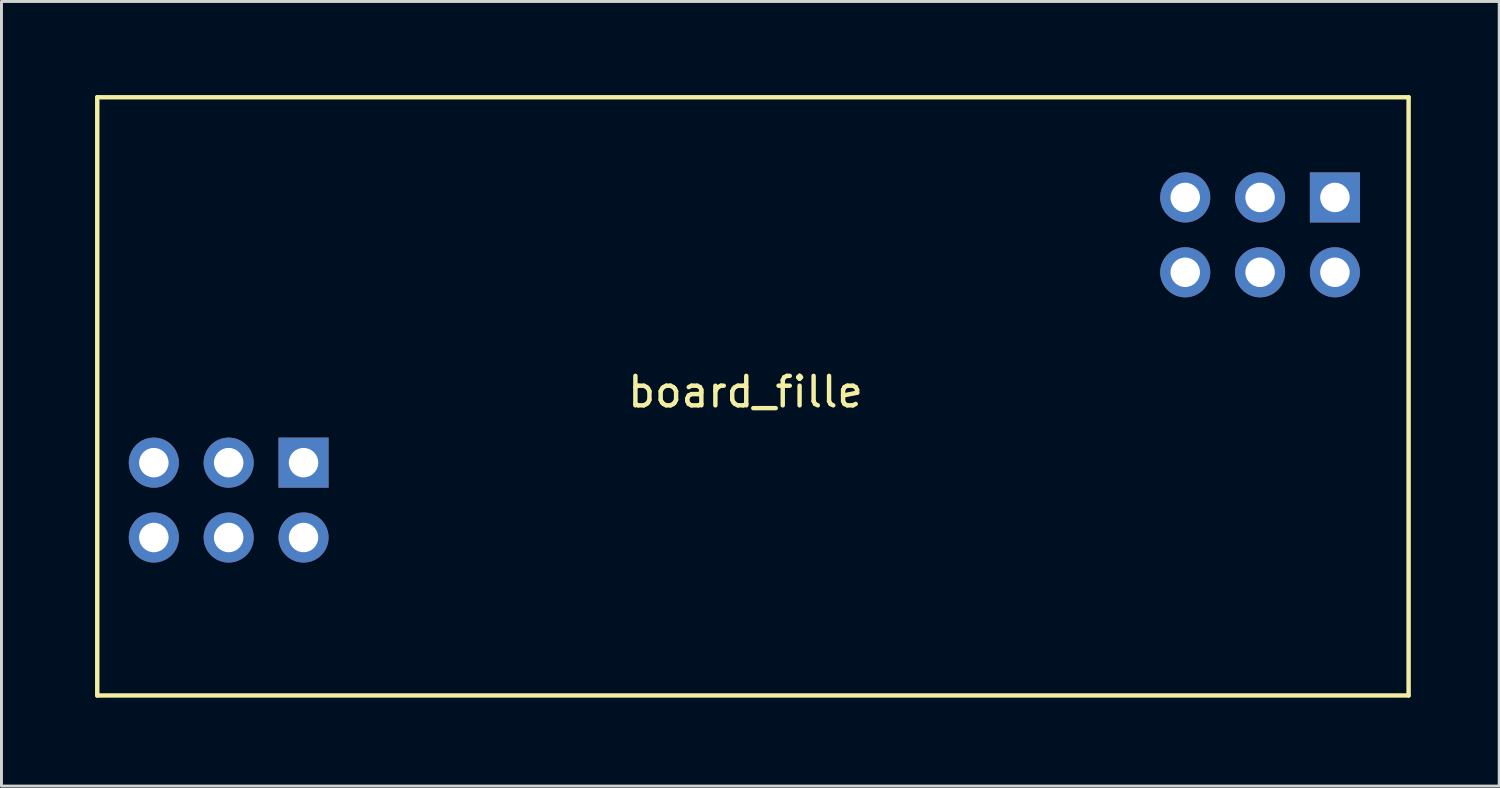
<source format=kicad_pcb>
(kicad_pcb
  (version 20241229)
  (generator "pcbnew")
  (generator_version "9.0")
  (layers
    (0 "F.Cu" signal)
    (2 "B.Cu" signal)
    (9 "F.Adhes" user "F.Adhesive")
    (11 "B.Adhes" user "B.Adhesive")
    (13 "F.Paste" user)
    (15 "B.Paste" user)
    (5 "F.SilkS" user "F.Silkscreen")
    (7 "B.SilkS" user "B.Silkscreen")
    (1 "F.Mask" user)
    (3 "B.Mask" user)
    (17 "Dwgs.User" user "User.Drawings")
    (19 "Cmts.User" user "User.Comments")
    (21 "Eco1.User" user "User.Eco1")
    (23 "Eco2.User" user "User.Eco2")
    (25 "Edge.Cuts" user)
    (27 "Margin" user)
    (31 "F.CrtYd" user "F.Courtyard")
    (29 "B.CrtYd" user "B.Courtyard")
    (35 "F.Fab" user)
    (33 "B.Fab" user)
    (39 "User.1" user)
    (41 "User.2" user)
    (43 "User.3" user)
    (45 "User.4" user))
  (footprint "board_fille"
    (layer "F.Cu")
    (at 0.25 0.25)
    (property "Reference" "board_fille" (at 22 10 0) (layer "F.SilkS") (effects (font (size 1 1) (thickness 0.15))))
    (attr through_hole)
    (fp_line (start 0 0) (end 0 20.3) (stroke (width 0.15) (type solid)) (layer "F.SilkS"))
    (fp_line (start 0 20.3) (end 44.5 20.3) (stroke (width 0.15) (type solid)) (layer "F.SilkS"))
    (fp_line (start 44.5 0) (end 0 0) (stroke (width 0.15) (type solid)) (layer "F.SilkS"))
    (fp_line (start 44.5 20.3) (end 44.5 0) (stroke (width 0.15) (type solid)) (layer "F.SilkS"))
    (pad "1" thru_hole rect (at 7 12.4) (size 1.7 1.7) (drill 1) (layers "*.Cu" "*.Mask"))
    (pad "2" thru_hole circle (at 7 14.94) (size 1.7 1.7) (drill 1) (layers "*.Cu" "*.Mask"))
    (pad "3" thru_hole circle (at 4.46 12.4) (size 1.7 1.7) (drill 1) (layers "*.Cu" "*.Mask"))
    (pad "4" thru_hole circle (at 4.46 14.94) (size 1.7 1.7) (drill 1) (layers "*.Cu" "*.Mask"))
    (pad "5" thru_hole circle (at 1.92 12.4) (size 1.7 1.7) (drill 1) (layers "*.Cu" "*.Mask"))
    (pad "6" thru_hole circle (at 1.92 14.94) (size 1.7 1.7) (drill 1) (layers "*.Cu" "*.Mask"))
    (pad "7" thru_hole rect (at 42 3.4) (size 1.7 1.7) (drill 1) (layers "*.Cu" "*.Mask"))
    (pad "8" thru_hole circle (at 42 5.94) (size 1.7 1.7) (drill 1) (layers "*.Cu" "*.Mask"))
    (pad "9" thru_hole circle (at 39.46 3.4) (size 1.7 1.7) (drill 1) (layers "*.Cu" "*.Mask"))
    (pad "10" thru_hole circle (at 39.46 5.94) (size 1.7 1.7) (drill 1) (layers "*.Cu" "*.Mask"))
    (pad "11" thru_hole circle (at 36.92 3.4) (size 1.7 1.7) (drill 1) (layers "*.Cu" "*.Mask"))
    (pad "12" thru_hole circle (at 36.92 5.94) (size 1.7 1.7) (drill 1) (layers "*.Cu" "*.Mask")))
  (gr_rect
    (start -3 -3)
    (end 47.825 23.625)
    (stroke (width 0.1) (type default))
    (fill no)
    (layer "Edge.Cuts")))
</source>
